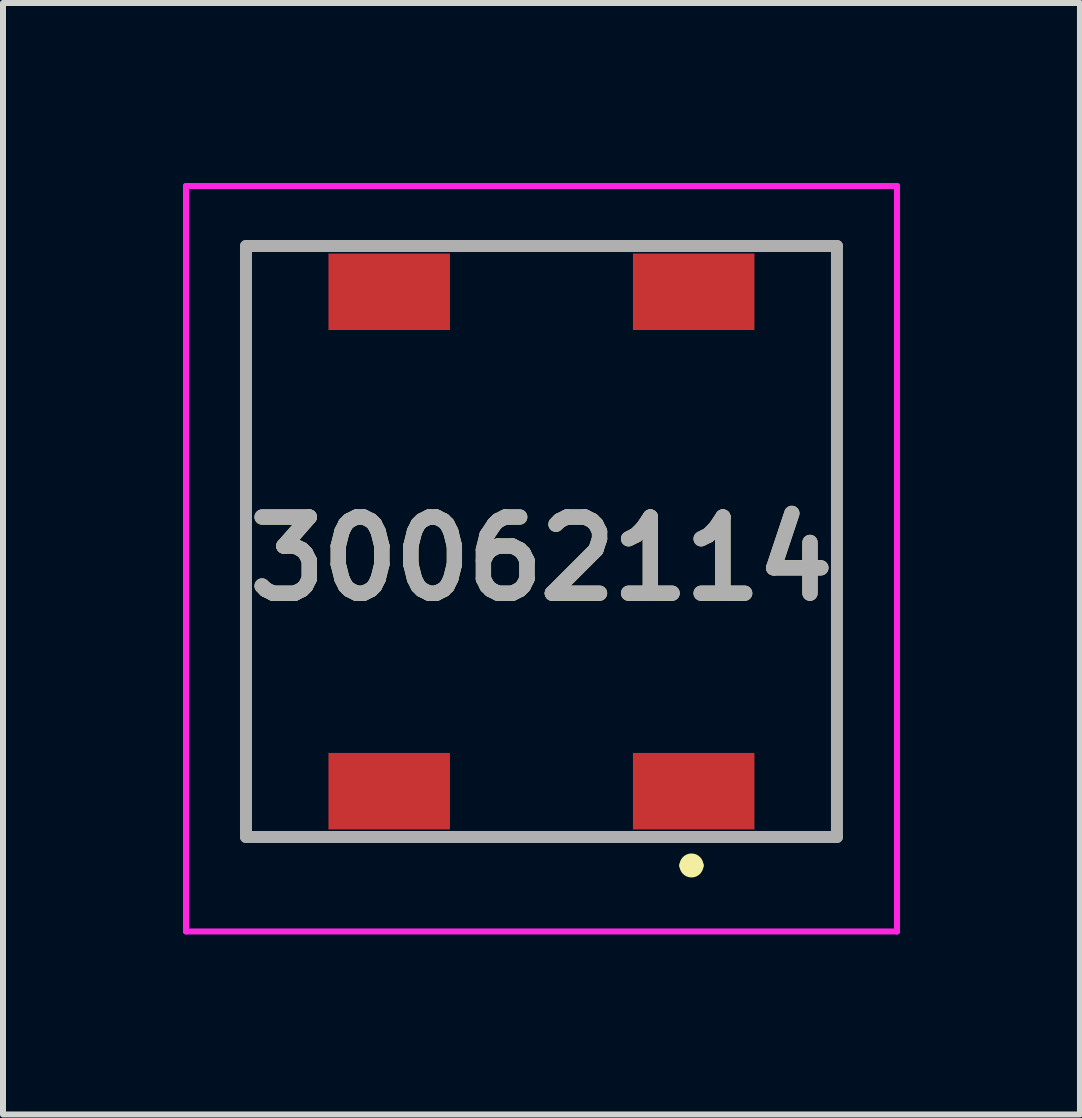
<source format=kicad_pcb>
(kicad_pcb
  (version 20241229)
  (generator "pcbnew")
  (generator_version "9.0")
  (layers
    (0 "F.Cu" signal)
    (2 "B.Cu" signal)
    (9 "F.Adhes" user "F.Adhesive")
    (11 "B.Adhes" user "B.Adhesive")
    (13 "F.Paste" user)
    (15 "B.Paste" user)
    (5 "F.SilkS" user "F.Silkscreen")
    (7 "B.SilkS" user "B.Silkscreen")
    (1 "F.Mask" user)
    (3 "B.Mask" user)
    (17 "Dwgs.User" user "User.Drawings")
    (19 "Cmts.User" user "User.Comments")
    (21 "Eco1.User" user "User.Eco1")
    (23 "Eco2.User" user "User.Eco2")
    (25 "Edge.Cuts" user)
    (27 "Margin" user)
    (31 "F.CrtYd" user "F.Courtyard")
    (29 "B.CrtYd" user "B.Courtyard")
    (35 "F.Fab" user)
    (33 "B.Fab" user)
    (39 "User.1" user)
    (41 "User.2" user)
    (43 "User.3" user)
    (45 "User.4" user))
  (footprint "30062114"
    (layer "F.Cu")
    (at 5.975 5.975)
    (property "Reference" "30062114" (at 0 0.288 0) (layer "F.SilkS") (effects (font (size 1.27 1.27) (thickness 0.254))))
    (attr smd)
    (fp_line (start -4.925 -4.925) (end -4.925 4.925) (stroke (width 0.1) (type solid)) (layer "F.SilkS"))
    (fp_line (start -4.925 4.925) (end -4 4.925) (stroke (width 0.1) (type solid)) (layer "F.SilkS"))
    (fp_line (start -4 -4.925) (end -4.925 -4.925) (stroke (width 0.1) (type solid)) (layer "F.SilkS"))
    (fp_line (start -1 -4.925) (end 1 -4.925) (stroke (width 0.1) (type solid)) (layer "F.SilkS"))
    (fp_line (start -1 4.925) (end 1 4.925) (stroke (width 0.1) (type solid)) (layer "F.SilkS"))
    (fp_line (start 2.4 5.4) (end 2.4 5.4) (stroke (width 0.2) (type solid)) (layer "F.SilkS"))
    (fp_line (start 2.6 5.4) (end 2.6 5.4) (stroke (width 0.2) (type solid)) (layer "F.SilkS"))
    (fp_line (start 4 -4.925) (end 4.925 -4.925) (stroke (width 0.1) (type solid)) (layer "F.SilkS"))
    (fp_line (start 4.925 -4.925) (end 4.925 4.925) (stroke (width 0.1) (type solid)) (layer "F.SilkS"))
    (fp_line (start 4.925 4.925) (end 4 4.925) (stroke (width 0.1) (type solid)) (layer "F.SilkS"))
    (fp_arc (start 2.4 5.4) (mid 2.5 5.3) (end 2.6 5.4) (stroke (width 0.2) (type solid)) (layer "F.SilkS"))
    (fp_arc (start 2.6 5.4) (mid 2.5 5.5) (end 2.4 5.4) (stroke (width 0.2) (type solid)) (layer "F.SilkS"))
    (fp_line (start -5.925 -5.925) (end 5.925 -5.925) (stroke (width 0.1) (type solid)) (layer "F.CrtYd"))
    (fp_line (start -5.925 6.5) (end -5.925 -5.925) (stroke (width 0.1) (type solid)) (layer "F.CrtYd"))
    (fp_line (start 5.925 -5.925) (end 5.925 6.5) (stroke (width 0.1) (type solid)) (layer "F.CrtYd"))
    (fp_line (start 5.925 6.5) (end -5.925 6.5) (stroke (width 0.1) (type solid)) (layer "F.CrtYd"))
    (fp_line (start -4.925 -4.925) (end 4.925 -4.925) (stroke (width 0.2) (type solid)) (layer "F.Fab"))
    (fp_line (start -4.925 4.925) (end -4.925 -4.925) (stroke (width 0.2) (type solid)) (layer "F.Fab"))
    (fp_line (start 4.925 -4.925) (end 4.925 4.925) (stroke (width 0.2) (type solid)) (layer "F.Fab"))
    (fp_line (start 4.925 4.925) (end -4.925 4.925) (stroke (width 0.2) (type solid)) (layer "F.Fab"))
    (fp_text user "${REFERENCE}" (at 0 0.288 0) (layer "F.Fab") (effects (font (size 1.27 1.27) (thickness 0.254))))
    (pad "1" smd rect (at 2.537 4.162 90) (size 1.275 2.025) (layers "F.Cu" "F.Mask" "F.Paste"))
    (pad "2" smd rect (at -2.538 -4.162 90) (size 1.275 2.025) (layers "F.Cu" "F.Mask" "F.Paste"))
    (pad "3" smd rect (at -2.538 4.162 90) (size 1.275 2.025) (layers "F.Cu" "F.Mask" "F.Paste"))
    (pad "4" smd rect (at 2.537 -4.162 90) (size 1.275 2.025) (layers "F.Cu" "F.Mask" "F.Paste")))
  (gr_rect
    (start -3 -3)
    (end 14.95 15.525)
    (stroke (width 0.1) (type default))
    (fill no)
    (layer "Edge.Cuts")))
</source>
